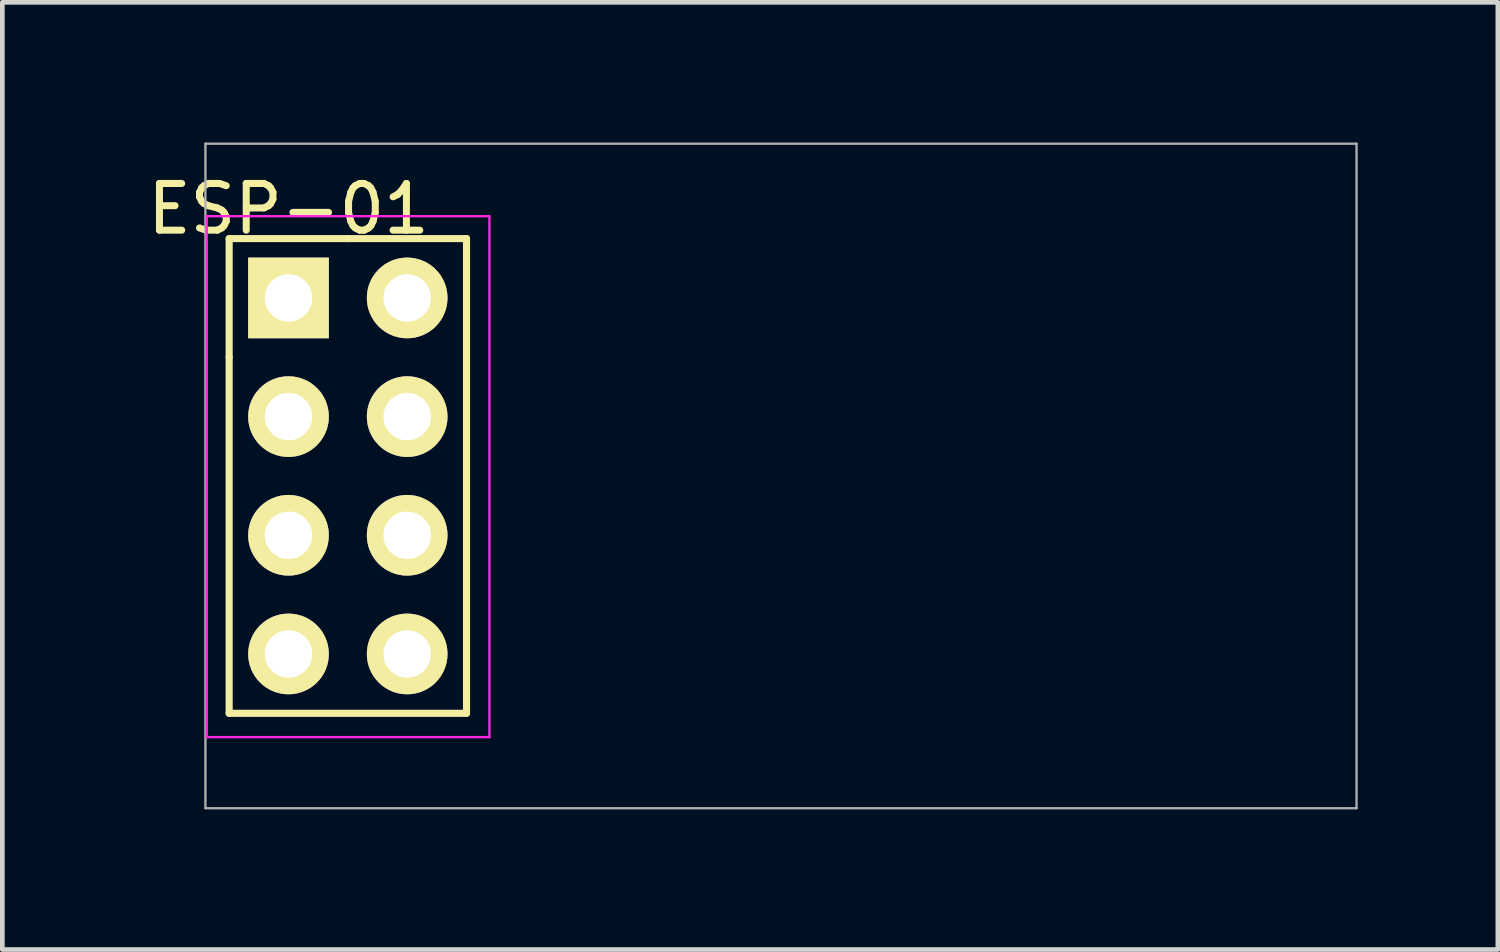
<source format=kicad_pcb>
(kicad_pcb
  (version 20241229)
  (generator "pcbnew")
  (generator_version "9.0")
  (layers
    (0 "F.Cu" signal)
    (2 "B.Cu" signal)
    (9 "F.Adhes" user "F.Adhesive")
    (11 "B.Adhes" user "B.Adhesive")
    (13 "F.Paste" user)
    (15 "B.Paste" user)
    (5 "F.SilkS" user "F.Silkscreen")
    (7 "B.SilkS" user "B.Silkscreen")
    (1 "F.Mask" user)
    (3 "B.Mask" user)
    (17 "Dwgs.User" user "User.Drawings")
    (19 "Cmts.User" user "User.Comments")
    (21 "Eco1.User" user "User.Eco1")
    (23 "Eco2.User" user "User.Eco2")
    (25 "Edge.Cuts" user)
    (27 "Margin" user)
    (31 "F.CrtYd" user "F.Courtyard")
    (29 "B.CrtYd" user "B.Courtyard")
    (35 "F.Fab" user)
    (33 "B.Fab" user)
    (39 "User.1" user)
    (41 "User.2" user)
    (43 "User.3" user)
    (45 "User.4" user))
  (footprint "ESP-01"
    (layer "F.Cu")
    (at 3.125 3.327)
    (property "Reference" "ESP-01" (at 0 -1.905 0) (layer "F.SilkS") (effects (font (size 1 1) (thickness 0.15))))
    (attr through_hole)
    (fp_line (start -1.27 -1.27) (end -1.27 1.27) (stroke (width 0.152) (type solid)) (layer "F.SilkS"))
    (fp_line (start -1.27 1.27) (end -1.27 8.89) (stroke (width 0.152) (type solid)) (layer "F.SilkS"))
    (fp_line (start -1.27 8.89) (end 3.81 8.89) (stroke (width 0.152) (type solid)) (layer "F.SilkS"))
    (fp_line (start 1.27 -1.27) (end -1.27 -1.27) (stroke (width 0.152) (type solid)) (layer "F.SilkS"))
    (fp_line (start 3.81 -1.27) (end 1.27 -1.27) (stroke (width 0.152) (type solid)) (layer "F.SilkS"))
    (fp_line (start 3.81 8.89) (end 3.81 -1.27) (stroke (width 0.152) (type solid)) (layer "F.SilkS"))
    (fp_line (start -1.75 -1.75) (end -1.75 9.4) (stroke (width 0.05) (type solid)) (layer "F.CrtYd"))
    (fp_line (start -1.75 -1.75) (end 4.3 -1.75) (stroke (width 0.05) (type solid)) (layer "F.CrtYd"))
    (fp_line (start -1.75 9.4) (end 4.3 9.4) (stroke (width 0.05) (type solid)) (layer "F.CrtYd"))
    (fp_line (start 4.3 -1.75) (end 4.3 9.4) (stroke (width 0.05) (type solid)) (layer "F.CrtYd"))
    (fp_line (start -1.778 -3.302) (end 22.86 -3.302) (stroke (width 0.05) (type solid)) (layer "F.Fab"))
    (fp_line (start -1.778 10.922) (end -1.778 -3.302) (stroke (width 0.05) (type solid)) (layer "F.Fab"))
    (fp_line (start 22.86 -3.302) (end 22.86 10.922) (stroke (width 0.05) (type solid)) (layer "F.Fab"))
    (fp_line (start 22.86 10.922) (end -1.778 10.922) (stroke (width 0.05) (type solid)) (layer "F.Fab"))
    (pad "1" thru_hole rect (at 0 0) (size 1.727 1.727) (drill 1.016) (layers "*.Cu" "*.Mask" "F.SilkS"))
    (pad "2" thru_hole oval (at 2.54 0) (size 1.727 1.727) (drill 1.016) (layers "*.Cu" "*.Mask" "F.SilkS"))
    (pad "3" thru_hole oval (at 0 2.54) (size 1.727 1.727) (drill 1.016) (layers "*.Cu" "*.Mask" "F.SilkS"))
    (pad "4" thru_hole oval (at 2.54 2.54) (size 1.727 1.727) (drill 1.016) (layers "*.Cu" "*.Mask" "F.SilkS"))
    (pad "5" thru_hole oval (at 0 5.08) (size 1.727 1.727) (drill 1.016) (layers "*.Cu" "*.Mask" "F.SilkS"))
    (pad "6" thru_hole oval (at 2.54 5.08) (size 1.727 1.727) (drill 1.016) (layers "*.Cu" "*.Mask" "F.SilkS"))
    (pad "7" thru_hole oval (at 0 7.62) (size 1.727 1.727) (drill 1.016) (layers "*.Cu" "*.Mask" "F.SilkS"))
    (pad "8" thru_hole oval (at 2.54 7.62) (size 1.727 1.727) (drill 1.016) (layers "*.Cu" "*.Mask" "F.SilkS")))
  (gr_rect
    (start -3 -3)
    (end 29.01 17.274)
    (stroke (width 0.1) (type default))
    (fill no)
    (layer "Edge.Cuts")))
</source>
